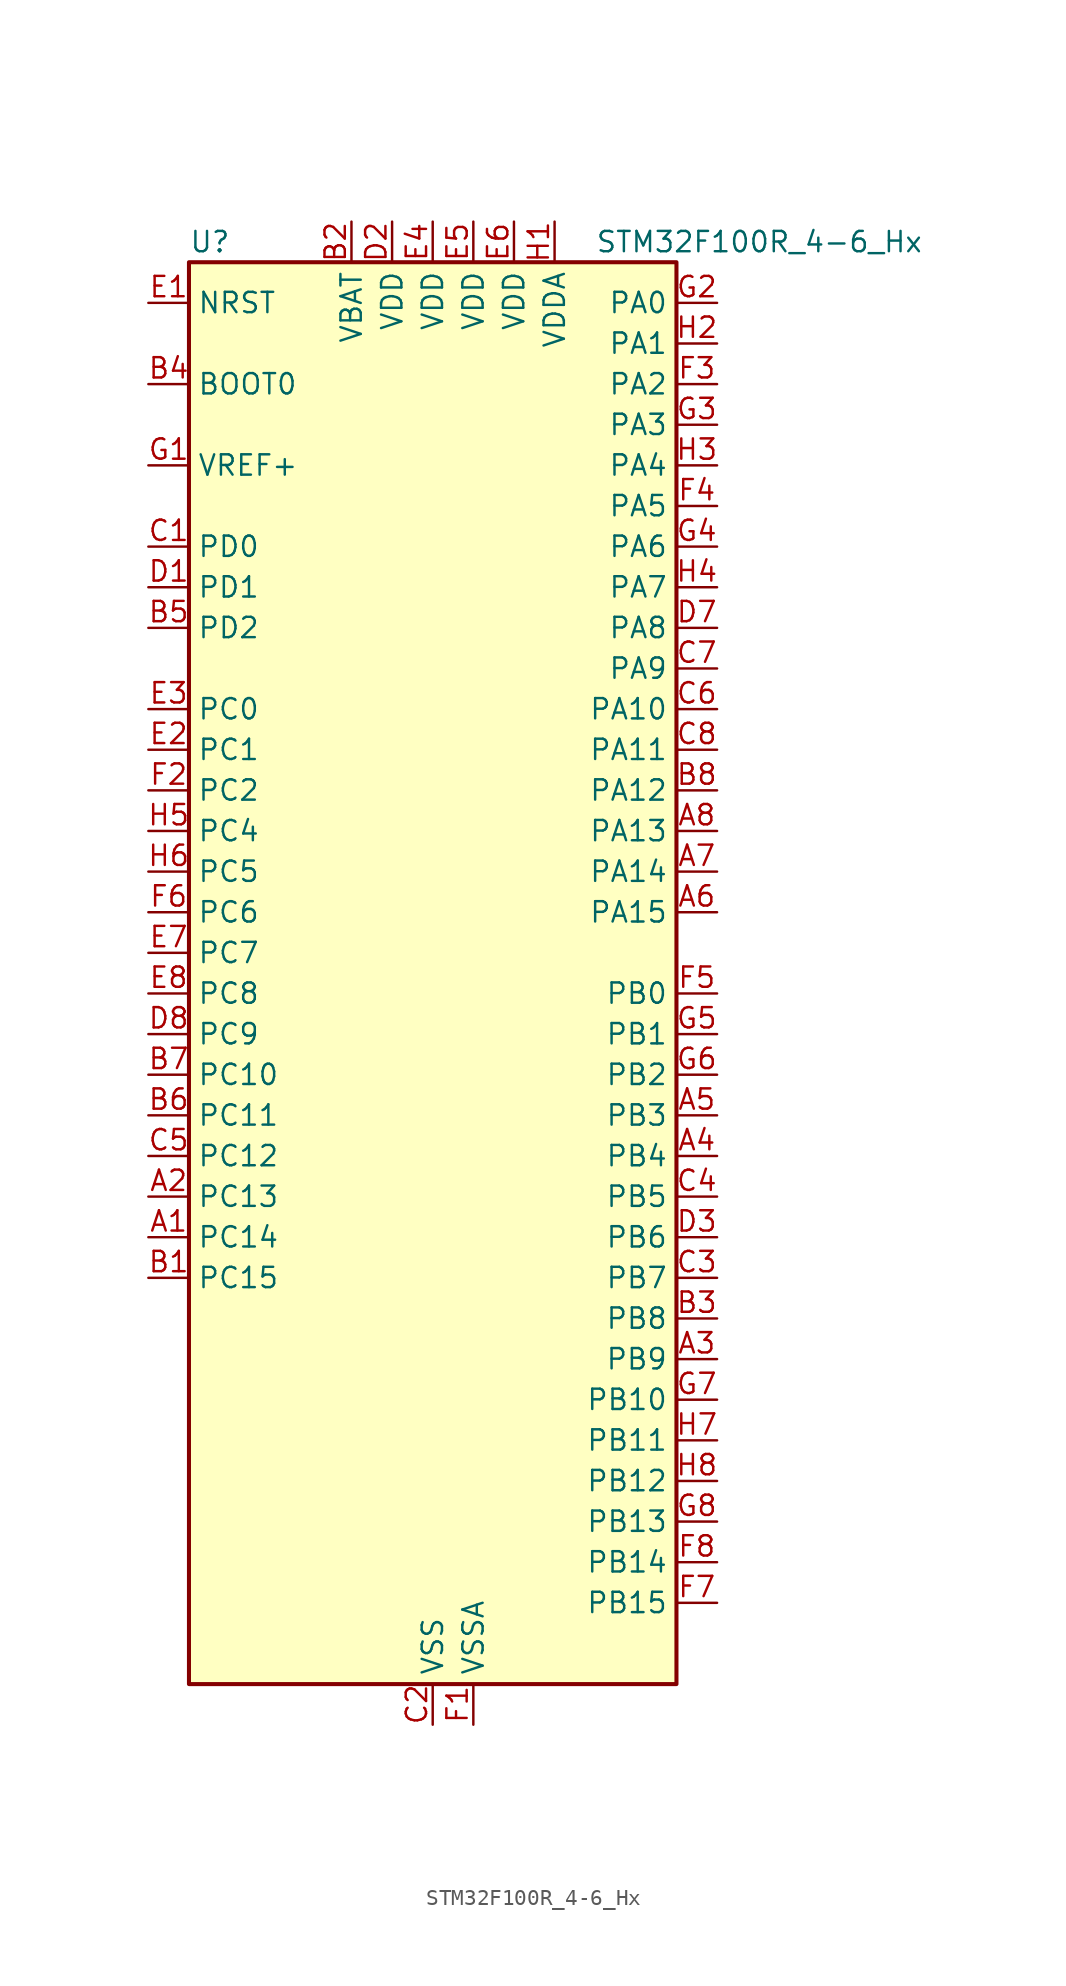
<source format=kicad_sym>
(kicad_symbol_lib
  (version 20220914)
  (generator kicad_symbol_editor)
  (symbol "STM32F100R_4-6_Hx"
    (property "Reference" "U"
      (at -15.24 46.99 0)
      (effects (font (size 1.27 1.27)) (justify left)))
    (property "Value" "STM32F100R_4-6_Hx"
      (at 10.16 46.99 0)
      (effects (font (size 1.27 1.27)) (justify left)))
    (property "ki_locked" ""
      (at 0 0 0)
      (effects (font (size 1.27 1.27))))
    (symbol "STM32F100R_4-6_Hx_0_1"
      (rectangle (start -15.24 -43.18) (end 15.24 45.72) (stroke (width 0.254) (type default)) (fill (type background))))
    (symbol "STM32F100R_4-6_Hx_1_1"
      (pin bidirectional line (at -17.78 -15.24 0) (length 2.54) (name "PC14" (effects (font (size 1.27 1.27)))) (number "A1" (effects (font (size 1.27 1.27)))) (alternate "RCC_OSC32_IN" bidirectional line))
      (pin bidirectional line (at -17.78 -12.7 0) (length 2.54) (name "PC13" (effects (font (size 1.27 1.27)))) (number "A2" (effects (font (size 1.27 1.27)))) (alternate "RTC_OUT" bidirectional line) (alternate "RTC_TAMPER" bidirectional line))
      (pin bidirectional line (at 17.78 -22.86 180) (length 2.54) (name "PB9" (effects (font (size 1.27 1.27)))) (number "A3" (effects (font (size 1.27 1.27)))) (alternate "DAC_EXTI9" bidirectional line) (alternate "I2C1_SDA" bidirectional line) (alternate "TIM17_CH1" bidirectional line))
      (pin bidirectional line (at 17.78 -10.16 180) (length 2.54) (name "PB4" (effects (font (size 1.27 1.27)))) (number "A4" (effects (font (size 1.27 1.27)))) (alternate "SPI1_MISO" bidirectional line) (alternate "SYS_NJTRST" bidirectional line) (alternate "TIM3_CH1" bidirectional line))
      (pin bidirectional line (at 17.78 -7.62 180) (length 2.54) (name "PB3" (effects (font (size 1.27 1.27)))) (number "A5" (effects (font (size 1.27 1.27)))) (alternate "SPI1_SCK" bidirectional line) (alternate "SYS_JTDO-TRACESWO" bidirectional line) (alternate "TIM2_CH2" bidirectional line))
      (pin bidirectional line (at 17.78 5.08 180) (length 2.54) (name "PA15" (effects (font (size 1.27 1.27)))) (number "A6" (effects (font (size 1.27 1.27)))) (alternate "ADC1_EXTI15" bidirectional line) (alternate "SPI1_NSS" bidirectional line) (alternate "SYS_JTDI" bidirectional line) (alternate "TIM2_CH1" bidirectional line) (alternate "TIM2_ETR" bidirectional line))
      (pin bidirectional line (at 17.78 7.62 180) (length 2.54) (name "PA14" (effects (font (size 1.27 1.27)))) (number "A7" (effects (font (size 1.27 1.27)))) (alternate "SYS_JTCK-SWCLK" bidirectional line))
      (pin bidirectional line (at 17.78 10.16 180) (length 2.54) (name "PA13" (effects (font (size 1.27 1.27)))) (number "A8" (effects (font (size 1.27 1.27)))) (alternate "SYS_JTMS-SWDIO" bidirectional line))
      (pin bidirectional line (at -17.78 -17.78 0) (length 2.54) (name "PC15" (effects (font (size 1.27 1.27)))) (number "B1" (effects (font (size 1.27 1.27)))) (alternate "ADC1_EXTI15" bidirectional line) (alternate "RCC_OSC32_OUT" bidirectional line))
      (pin power_in line (at -5.08 48.26 270) (length 2.54) (name "VBAT" (effects (font (size 1.27 1.27)))) (number "B2" (effects (font (size 1.27 1.27)))))
      (pin bidirectional line (at 17.78 -20.32 180) (length 2.54) (name "PB8" (effects (font (size 1.27 1.27)))) (number "B3" (effects (font (size 1.27 1.27)))) (alternate "CEC" bidirectional line) (alternate "I2C1_SCL" bidirectional line) (alternate "TIM16_CH1" bidirectional line))
      (pin input line (at -17.78 38.1 0) (length 2.54) (name "BOOT0" (effects (font (size 1.27 1.27)))) (number "B4" (effects (font (size 1.27 1.27)))))
      (pin bidirectional line (at -17.78 22.86 0) (length 2.54) (name "PD2" (effects (font (size 1.27 1.27)))) (number "B5" (effects (font (size 1.27 1.27)))) (alternate "TIM3_ETR" bidirectional line))
      (pin bidirectional line (at -17.78 -7.62 0) (length 2.54) (name "PC11" (effects (font (size 1.27 1.27)))) (number "B6" (effects (font (size 1.27 1.27)))) (alternate "ADC1_EXTI11" bidirectional line))
      (pin bidirectional line (at -17.78 -5.08 0) (length 2.54) (name "PC10" (effects (font (size 1.27 1.27)))) (number "B7" (effects (font (size 1.27 1.27)))))
      (pin bidirectional line (at 17.78 12.7 180) (length 2.54) (name "PA12" (effects (font (size 1.27 1.27)))) (number "B8" (effects (font (size 1.27 1.27)))) (alternate "TIM1_ETR" bidirectional line) (alternate "USART1_RTS" bidirectional line))
      (pin bidirectional line (at -17.78 27.94 0) (length 2.54) (name "PD0" (effects (font (size 1.27 1.27)))) (number "C1" (effects (font (size 1.27 1.27)))) (alternate "RCC_OSC_IN" bidirectional line))
      (pin power_in line (at 0 -45.72 90) (length 2.54) (name "VSS" (effects (font (size 1.27 1.27)))) (number "C2" (effects (font (size 1.27 1.27)))))
      (pin bidirectional line (at 17.78 -17.78 180) (length 2.54) (name "PB7" (effects (font (size 1.27 1.27)))) (number "C3" (effects (font (size 1.27 1.27)))) (alternate "I2C1_SDA" bidirectional line) (alternate "TIM17_CH1N" bidirectional line) (alternate "USART1_RX" bidirectional line))
      (pin bidirectional line (at 17.78 -12.7 180) (length 2.54) (name "PB5" (effects (font (size 1.27 1.27)))) (number "C4" (effects (font (size 1.27 1.27)))) (alternate "I2C1_SMBA" bidirectional line) (alternate "SPI1_MOSI" bidirectional line) (alternate "TIM16_BKIN" bidirectional line) (alternate "TIM3_CH2" bidirectional line))
      (pin bidirectional line (at -17.78 -10.16 0) (length 2.54) (name "PC12" (effects (font (size 1.27 1.27)))) (number "C5" (effects (font (size 1.27 1.27)))))
      (pin bidirectional line (at 17.78 17.78 180) (length 2.54) (name "PA10" (effects (font (size 1.27 1.27)))) (number "C6" (effects (font (size 1.27 1.27)))) (alternate "TIM17_BKIN" bidirectional line) (alternate "TIM1_CH3" bidirectional line) (alternate "USART1_RX" bidirectional line))
      (pin bidirectional line (at 17.78 20.32 180) (length 2.54) (name "PA9" (effects (font (size 1.27 1.27)))) (number "C7" (effects (font (size 1.27 1.27)))) (alternate "DAC_EXTI9" bidirectional line) (alternate "TIM15_BKIN" bidirectional line) (alternate "TIM1_CH2" bidirectional line) (alternate "USART1_TX" bidirectional line))
      (pin bidirectional line (at 17.78 15.24 180) (length 2.54) (name "PA11" (effects (font (size 1.27 1.27)))) (number "C8" (effects (font (size 1.27 1.27)))) (alternate "ADC1_EXTI11" bidirectional line) (alternate "TIM1_CH4" bidirectional line) (alternate "USART1_CTS" bidirectional line))
      (pin bidirectional line (at -17.78 25.4 0) (length 2.54) (name "PD1" (effects (font (size 1.27 1.27)))) (number "D1" (effects (font (size 1.27 1.27)))) (alternate "RCC_OSC_OUT" bidirectional line))
      (pin power_in line (at -2.54 48.26 270) (length 2.54) (name "VDD" (effects (font (size 1.27 1.27)))) (number "D2" (effects (font (size 1.27 1.27)))))
      (pin bidirectional line (at 17.78 -15.24 180) (length 2.54) (name "PB6" (effects (font (size 1.27 1.27)))) (number "D3" (effects (font (size 1.27 1.27)))) (alternate "I2C1_SCL" bidirectional line) (alternate "TIM16_CH1N" bidirectional line) (alternate "USART1_TX" bidirectional line))
      (pin passive line (at 0 -45.72 90) (length 2.54) hide (name "VSS" (effects (font (size 1.27 1.27)))) (number "D4" (effects (font (size 1.27 1.27)))))
      (pin passive line (at 0 -45.72 90) (length 2.54) hide (name "VSS" (effects (font (size 1.27 1.27)))) (number "D5" (effects (font (size 1.27 1.27)))))
      (pin passive line (at 0 -45.72 90) (length 2.54) hide (name "VSS" (effects (font (size 1.27 1.27)))) (number "D6" (effects (font (size 1.27 1.27)))))
      (pin bidirectional line (at 17.78 22.86 180) (length 2.54) (name "PA8" (effects (font (size 1.27 1.27)))) (number "D7" (effects (font (size 1.27 1.27)))) (alternate "RCC_MCO" bidirectional line) (alternate "TIM1_CH1" bidirectional line) (alternate "USART1_CK" bidirectional line))
      (pin bidirectional line (at -17.78 -2.54 0) (length 2.54) (name "PC9" (effects (font (size 1.27 1.27)))) (number "D8" (effects (font (size 1.27 1.27)))) (alternate "DAC_EXTI9" bidirectional line) (alternate "TIM3_CH4" bidirectional line))
      (pin input line (at -17.78 43.18 0) (length 2.54) (name "NRST" (effects (font (size 1.27 1.27)))) (number "E1" (effects (font (size 1.27 1.27)))))
      (pin bidirectional line (at -17.78 15.24 0) (length 2.54) (name "PC1" (effects (font (size 1.27 1.27)))) (number "E2" (effects (font (size 1.27 1.27)))) (alternate "ADC1_IN11" bidirectional line))
      (pin bidirectional line (at -17.78 17.78 0) (length 2.54) (name "PC0" (effects (font (size 1.27 1.27)))) (number "E3" (effects (font (size 1.27 1.27)))) (alternate "ADC1_IN10" bidirectional line))
      (pin power_in line (at 0 48.26 270) (length 2.54) (name "VDD" (effects (font (size 1.27 1.27)))) (number "E4" (effects (font (size 1.27 1.27)))))
      (pin power_in line (at 2.54 48.26 270) (length 2.54) (name "VDD" (effects (font (size 1.27 1.27)))) (number "E5" (effects (font (size 1.27 1.27)))))
      (pin power_in line (at 5.08 48.26 270) (length 2.54) (name "VDD" (effects (font (size 1.27 1.27)))) (number "E6" (effects (font (size 1.27 1.27)))))
      (pin bidirectional line (at -17.78 2.54 0) (length 2.54) (name "PC7" (effects (font (size 1.27 1.27)))) (number "E7" (effects (font (size 1.27 1.27)))) (alternate "TIM3_CH2" bidirectional line))
      (pin bidirectional line (at -17.78 0 0) (length 2.54) (name "PC8" (effects (font (size 1.27 1.27)))) (number "E8" (effects (font (size 1.27 1.27)))) (alternate "TIM3_CH3" bidirectional line))
      (pin power_in line (at 2.54 -45.72 90) (length 2.54) (name "VSSA" (effects (font (size 1.27 1.27)))) (number "F1" (effects (font (size 1.27 1.27)))))
      (pin bidirectional line (at -17.78 12.7 0) (length 2.54) (name "PC2" (effects (font (size 1.27 1.27)))) (number "F2" (effects (font (size 1.27 1.27)))) (alternate "ADC1_IN12" bidirectional line))
      (pin bidirectional line (at 17.78 38.1 180) (length 2.54) (name "PA2" (effects (font (size 1.27 1.27)))) (number "F3" (effects (font (size 1.27 1.27)))) (alternate "ADC1_IN2" bidirectional line) (alternate "TIM15_CH1" bidirectional line) (alternate "TIM2_CH3" bidirectional line) (alternate "USART2_TX" bidirectional line))
      (pin bidirectional line (at 17.78 30.48 180) (length 2.54) (name "PA5" (effects (font (size 1.27 1.27)))) (number "F4" (effects (font (size 1.27 1.27)))) (alternate "ADC1_IN5" bidirectional line) (alternate "DAC_OUT2" bidirectional line) (alternate "SPI1_SCK" bidirectional line))
      (pin bidirectional line (at 17.78 0 180) (length 2.54) (name "PB0" (effects (font (size 1.27 1.27)))) (number "F5" (effects (font (size 1.27 1.27)))) (alternate "ADC1_IN8" bidirectional line) (alternate "TIM1_CH2N" bidirectional line) (alternate "TIM3_CH3" bidirectional line))
      (pin bidirectional line (at -17.78 5.08 0) (length 2.54) (name "PC6" (effects (font (size 1.27 1.27)))) (number "F6" (effects (font (size 1.27 1.27)))) (alternate "TIM3_CH1" bidirectional line))
      (pin bidirectional line (at 17.78 -38.1 180) (length 2.54) (name "PB15" (effects (font (size 1.27 1.27)))) (number "F7" (effects (font (size 1.27 1.27)))) (alternate "ADC1_EXTI15" bidirectional line) (alternate "TIM15_CH1N" bidirectional line) (alternate "TIM15_CH2" bidirectional line) (alternate "TIM1_CH3N" bidirectional line))
      (pin bidirectional line (at 17.78 -35.56 180) (length 2.54) (name "PB14" (effects (font (size 1.27 1.27)))) (number "F8" (effects (font (size 1.27 1.27)))) (alternate "TIM15_CH1" bidirectional line) (alternate "TIM1_CH2N" bidirectional line))
      (pin input line (at -17.78 33.02 0) (length 2.54) (name "VREF+" (effects (font (size 1.27 1.27)))) (number "G1" (effects (font (size 1.27 1.27)))))
      (pin bidirectional line (at 17.78 43.18 180) (length 2.54) (name "PA0" (effects (font (size 1.27 1.27)))) (number "G2" (effects (font (size 1.27 1.27)))) (alternate "ADC1_IN0" bidirectional line) (alternate "SYS_WKUP" bidirectional line) (alternate "TIM2_CH1" bidirectional line) (alternate "TIM2_ETR" bidirectional line) (alternate "USART2_CTS" bidirectional line))
      (pin bidirectional line (at 17.78 35.56 180) (length 2.54) (name "PA3" (effects (font (size 1.27 1.27)))) (number "G3" (effects (font (size 1.27 1.27)))) (alternate "ADC1_IN3" bidirectional line) (alternate "TIM15_CH2" bidirectional line) (alternate "TIM2_CH4" bidirectional line) (alternate "USART2_RX" bidirectional line))
      (pin bidirectional line (at 17.78 27.94 180) (length 2.54) (name "PA6" (effects (font (size 1.27 1.27)))) (number "G4" (effects (font (size 1.27 1.27)))) (alternate "ADC1_IN6" bidirectional line) (alternate "SPI1_MISO" bidirectional line) (alternate "TIM16_CH1" bidirectional line) (alternate "TIM1_BKIN" bidirectional line) (alternate "TIM3_CH1" bidirectional line))
      (pin bidirectional line (at 17.78 -2.54 180) (length 2.54) (name "PB1" (effects (font (size 1.27 1.27)))) (number "G5" (effects (font (size 1.27 1.27)))) (alternate "ADC1_IN9" bidirectional line) (alternate "TIM1_CH3N" bidirectional line) (alternate "TIM3_CH4" bidirectional line))
      (pin bidirectional line (at 17.78 -5.08 180) (length 2.54) (name "PB2" (effects (font (size 1.27 1.27)))) (number "G6" (effects (font (size 1.27 1.27)))))
      (pin bidirectional line (at 17.78 -25.4 180) (length 2.54) (name "PB10" (effects (font (size 1.27 1.27)))) (number "G7" (effects (font (size 1.27 1.27)))) (alternate "CEC" bidirectional line) (alternate "TIM2_CH3" bidirectional line))
      (pin bidirectional line (at 17.78 -33.02 180) (length 2.54) (name "PB13" (effects (font (size 1.27 1.27)))) (number "G8" (effects (font (size 1.27 1.27)))) (alternate "TIM1_CH1N" bidirectional line))
      (pin power_in line (at 7.62 48.26 270) (length 2.54) (name "VDDA" (effects (font (size 1.27 1.27)))) (number "H1" (effects (font (size 1.27 1.27)))))
      (pin bidirectional line (at 17.78 40.64 180) (length 2.54) (name "PA1" (effects (font (size 1.27 1.27)))) (number "H2" (effects (font (size 1.27 1.27)))) (alternate "ADC1_IN1" bidirectional line) (alternate "TIM2_CH2" bidirectional line) (alternate "USART2_RTS" bidirectional line))
      (pin bidirectional line (at 17.78 33.02 180) (length 2.54) (name "PA4" (effects (font (size 1.27 1.27)))) (number "H3" (effects (font (size 1.27 1.27)))) (alternate "ADC1_IN4" bidirectional line) (alternate "DAC_OUT1" bidirectional line) (alternate "SPI1_NSS" bidirectional line) (alternate "USART2_CK" bidirectional line))
      (pin bidirectional line (at 17.78 25.4 180) (length 2.54) (name "PA7" (effects (font (size 1.27 1.27)))) (number "H4" (effects (font (size 1.27 1.27)))) (alternate "ADC1_IN7" bidirectional line) (alternate "SPI1_MOSI" bidirectional line) (alternate "TIM17_CH1" bidirectional line) (alternate "TIM1_CH1N" bidirectional line) (alternate "TIM3_CH2" bidirectional line))
      (pin bidirectional line (at -17.78 10.16 0) (length 2.54) (name "PC4" (effects (font (size 1.27 1.27)))) (number "H5" (effects (font (size 1.27 1.27)))) (alternate "ADC1_IN14" bidirectional line))
      (pin bidirectional line (at -17.78 7.62 0) (length 2.54) (name "PC5" (effects (font (size 1.27 1.27)))) (number "H6" (effects (font (size 1.27 1.27)))) (alternate "ADC1_IN15" bidirectional line))
      (pin bidirectional line (at 17.78 -27.94 180) (length 2.54) (name "PB11" (effects (font (size 1.27 1.27)))) (number "H7" (effects (font (size 1.27 1.27)))) (alternate "ADC1_EXTI11" bidirectional line) (alternate "TIM2_CH4" bidirectional line))
      (pin bidirectional line (at 17.78 -30.48 180) (length 2.54) (name "PB12" (effects (font (size 1.27 1.27)))) (number "H8" (effects (font (size 1.27 1.27)))) (alternate "TIM1_BKIN" bidirectional line)))))
</source>
